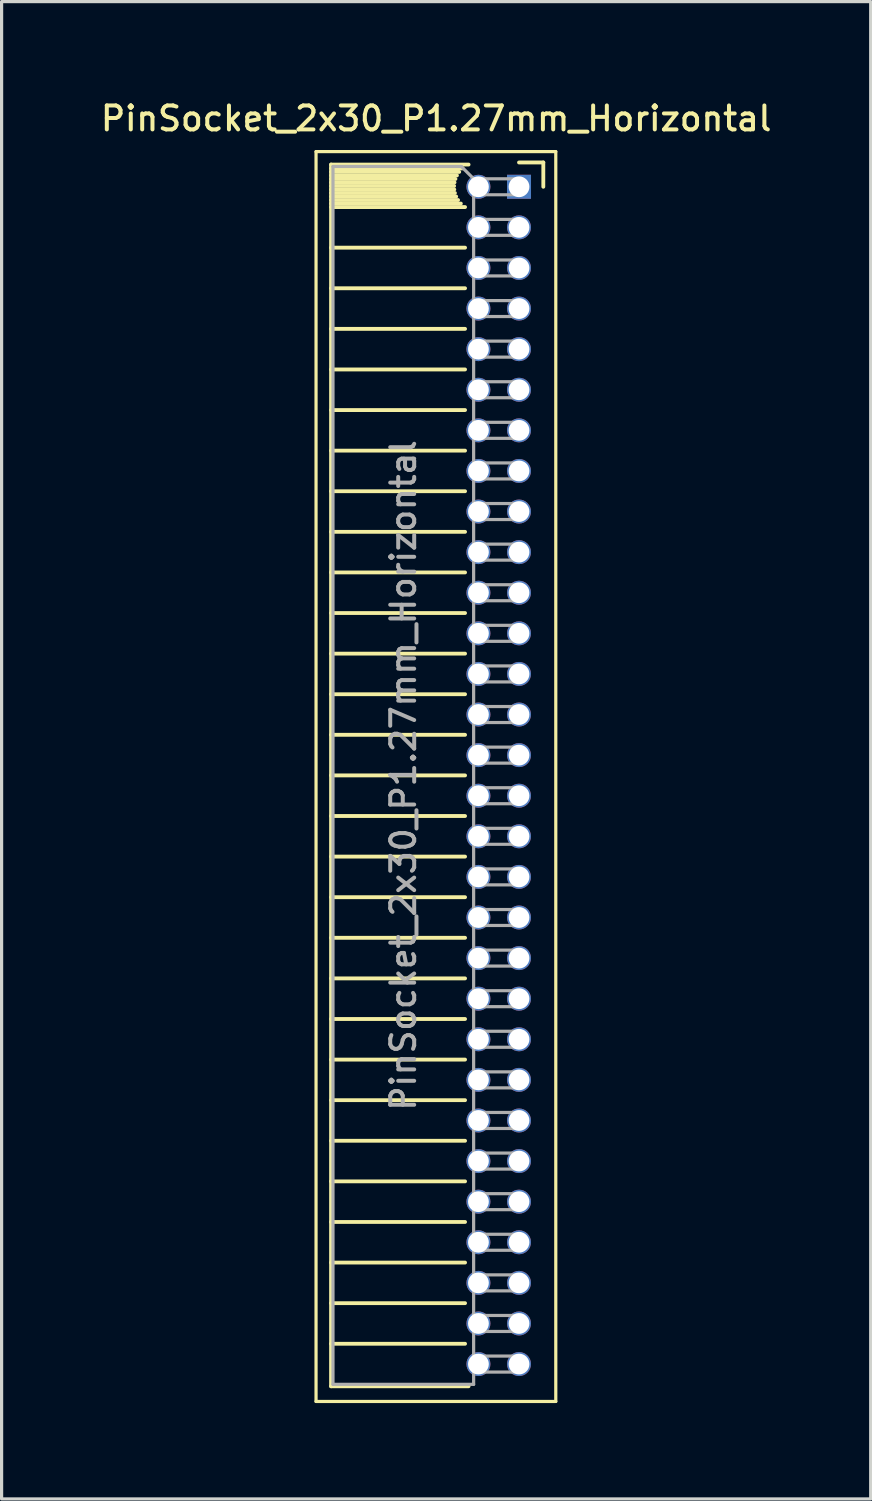
<source format=kicad_pcb>
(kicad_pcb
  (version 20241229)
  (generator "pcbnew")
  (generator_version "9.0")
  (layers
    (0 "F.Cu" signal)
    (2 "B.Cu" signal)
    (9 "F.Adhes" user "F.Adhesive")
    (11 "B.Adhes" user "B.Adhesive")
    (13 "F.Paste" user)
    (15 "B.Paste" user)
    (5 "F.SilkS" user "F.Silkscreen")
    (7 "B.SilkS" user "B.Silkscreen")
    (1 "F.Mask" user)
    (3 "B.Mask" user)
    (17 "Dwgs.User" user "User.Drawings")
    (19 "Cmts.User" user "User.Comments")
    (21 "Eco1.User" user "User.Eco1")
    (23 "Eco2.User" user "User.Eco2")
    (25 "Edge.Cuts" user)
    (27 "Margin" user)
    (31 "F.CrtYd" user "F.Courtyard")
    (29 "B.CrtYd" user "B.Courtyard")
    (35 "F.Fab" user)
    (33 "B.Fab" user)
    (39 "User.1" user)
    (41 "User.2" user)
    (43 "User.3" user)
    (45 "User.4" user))
  (footprint "PinSocket_2x30_P1.27mm_Horizontal"
    (layer "F.Cu")
    (at 13.187 2.793)
    (property "Reference" "PinSocket_2x30_P1.27mm_Horizontal" (at -2.592 -2.135 0) (layer "F.SilkS") (effects (font (size 0.75 0.75) (thickness 0.125))))
    (attr through_hole)
    (fp_line (start -6.35 -1.1) (end -6.35 38) (stroke (width 0.1) (type solid)) (layer "F.SilkS"))
    (fp_line (start -6.35 38) (end 1.15 38) (stroke (width 0.1) (type solid)) (layer "F.SilkS"))
    (fp_line (start -5.88 -0.695) (end -5.88 37.525) (stroke (width 0.12) (type solid)) (layer "F.SilkS"))
    (fp_line (start -5.88 -0.695) (end -1.578 -0.695) (stroke (width 0.12) (type solid)) (layer "F.SilkS"))
    (fp_line (start -5.88 -0.575) (end -1.767 -0.575) (stroke (width 0.12) (type solid)) (layer "F.SilkS"))
    (fp_line (start -5.88 -0.465) (end -1.871 -0.465) (stroke (width 0.12) (type solid)) (layer "F.SilkS"))
    (fp_line (start -5.88 -0.355) (end -1.942 -0.355) (stroke (width 0.12) (type solid)) (layer "F.SilkS"))
    (fp_line (start -5.88 -0.245) (end -1.989 -0.245) (stroke (width 0.12) (type solid)) (layer "F.SilkS"))
    (fp_line (start -5.88 -0.135) (end -2.018 -0.135) (stroke (width 0.12) (type solid)) (layer "F.SilkS"))
    (fp_line (start -5.88 -0.025) (end -2.03 -0.025) (stroke (width 0.12) (type solid)) (layer "F.SilkS"))
    (fp_line (start -5.88 0.085) (end -2.025 0.085) (stroke (width 0.12) (type solid)) (layer "F.SilkS"))
    (fp_line (start -5.88 0.195) (end -2.005 0.195) (stroke (width 0.12) (type solid)) (layer "F.SilkS"))
    (fp_line (start -5.88 0.305) (end -1.966 0.305) (stroke (width 0.12) (type solid)) (layer "F.SilkS"))
    (fp_line (start -5.88 0.415) (end -1.907 0.415) (stroke (width 0.12) (type solid)) (layer "F.SilkS"))
    (fp_line (start -5.88 0.525) (end -1.82 0.525) (stroke (width 0.12) (type solid)) (layer "F.SilkS"))
    (fp_line (start -5.88 0.635) (end -1.688 0.635) (stroke (width 0.12) (type solid)) (layer "F.SilkS"))
    (fp_line (start -5.88 1.905) (end -1.688 1.905) (stroke (width 0.12) (type solid)) (layer "F.SilkS"))
    (fp_line (start -5.88 3.175) (end -1.688 3.175) (stroke (width 0.12) (type solid)) (layer "F.SilkS"))
    (fp_line (start -5.88 4.445) (end -1.688 4.445) (stroke (width 0.12) (type solid)) (layer "F.SilkS"))
    (fp_line (start -5.88 5.715) (end -1.688 5.715) (stroke (width 0.12) (type solid)) (layer "F.SilkS"))
    (fp_line (start -5.88 6.985) (end -1.688 6.985) (stroke (width 0.12) (type solid)) (layer "F.SilkS"))
    (fp_line (start -5.88 8.255) (end -1.688 8.255) (stroke (width 0.12) (type solid)) (layer "F.SilkS"))
    (fp_line (start -5.88 9.525) (end -1.688 9.525) (stroke (width 0.12) (type solid)) (layer "F.SilkS"))
    (fp_line (start -5.88 10.795) (end -1.688 10.795) (stroke (width 0.12) (type solid)) (layer "F.SilkS"))
    (fp_line (start -5.88 12.065) (end -1.688 12.065) (stroke (width 0.12) (type solid)) (layer "F.SilkS"))
    (fp_line (start -5.88 13.335) (end -1.688 13.335) (stroke (width 0.12) (type solid)) (layer "F.SilkS"))
    (fp_line (start -5.88 14.605) (end -1.688 14.605) (stroke (width 0.12) (type solid)) (layer "F.SilkS"))
    (fp_line (start -5.88 15.875) (end -1.688 15.875) (stroke (width 0.12) (type solid)) (layer "F.SilkS"))
    (fp_line (start -5.88 17.145) (end -1.688 17.145) (stroke (width 0.12) (type solid)) (layer "F.SilkS"))
    (fp_line (start -5.88 18.415) (end -1.688 18.415) (stroke (width 0.12) (type solid)) (layer "F.SilkS"))
    (fp_line (start -5.88 19.685) (end -1.688 19.685) (stroke (width 0.12) (type solid)) (layer "F.SilkS"))
    (fp_line (start -5.88 20.955) (end -1.688 20.955) (stroke (width 0.12) (type solid)) (layer "F.SilkS"))
    (fp_line (start -5.88 22.225) (end -1.688 22.225) (stroke (width 0.12) (type solid)) (layer "F.SilkS"))
    (fp_line (start -5.88 23.495) (end -1.688 23.495) (stroke (width 0.12) (type solid)) (layer "F.SilkS"))
    (fp_line (start -5.88 24.765) (end -1.688 24.765) (stroke (width 0.12) (type solid)) (layer "F.SilkS"))
    (fp_line (start -5.88 26.035) (end -1.688 26.035) (stroke (width 0.12) (type solid)) (layer "F.SilkS"))
    (fp_line (start -5.88 27.305) (end -1.688 27.305) (stroke (width 0.12) (type solid)) (layer "F.SilkS"))
    (fp_line (start -5.88 28.575) (end -1.688 28.575) (stroke (width 0.12) (type solid)) (layer "F.SilkS"))
    (fp_line (start -5.88 29.845) (end -1.688 29.845) (stroke (width 0.12) (type solid)) (layer "F.SilkS"))
    (fp_line (start -5.88 31.115) (end -1.688 31.115) (stroke (width 0.12) (type solid)) (layer "F.SilkS"))
    (fp_line (start -5.88 32.385) (end -1.688 32.385) (stroke (width 0.12) (type solid)) (layer "F.SilkS"))
    (fp_line (start -5.88 33.655) (end -1.688 33.655) (stroke (width 0.12) (type solid)) (layer "F.SilkS"))
    (fp_line (start -5.88 34.925) (end -1.688 34.925) (stroke (width 0.12) (type solid)) (layer "F.SilkS"))
    (fp_line (start -5.88 36.195) (end -1.688 36.195) (stroke (width 0.12) (type solid)) (layer "F.SilkS"))
    (fp_line (start -5.88 37.525) (end -1.578 37.525) (stroke (width 0.12) (type solid)) (layer "F.SilkS"))
    (fp_line (start 0 -0.76) (end 0.76 -0.76) (stroke (width 0.12) (type solid)) (layer "F.SilkS"))
    (fp_line (start 0.76 -0.76) (end 0.76 0) (stroke (width 0.12) (type solid)) (layer "F.SilkS"))
    (fp_line (start 1.15 -1.1) (end -6.35 -1.1) (stroke (width 0.1) (type solid)) (layer "F.SilkS"))
    (fp_line (start 1.15 38) (end 1.15 -1.1) (stroke (width 0.1) (type solid)) (layer "F.SilkS"))
    (fp_line (start -5.82 -0.635) (end -1.805 -0.635) (stroke (width 0.1) (type solid)) (layer "F.Fab"))
    (fp_line (start -5.82 37.465) (end -5.82 -0.635) (stroke (width 0.1) (type solid)) (layer "F.Fab"))
    (fp_line (start -1.805 -0.635) (end -1.42 -0.25) (stroke (width 0.1) (type solid)) (layer "F.Fab"))
    (fp_line (start -1.42 -0.25) (end -1.42 37.465) (stroke (width 0.1) (type solid)) (layer "F.Fab"))
    (fp_line (start -1.42 0.25) (end 0 0.25) (stroke (width 0.1) (type solid)) (layer "F.Fab"))
    (fp_line (start -1.42 1.52) (end 0 1.52) (stroke (width 0.1) (type solid)) (layer "F.Fab"))
    (fp_line (start -1.42 2.79) (end 0 2.79) (stroke (width 0.1) (type solid)) (layer "F.Fab"))
    (fp_line (start -1.42 4.06) (end 0 4.06) (stroke (width 0.1) (type solid)) (layer "F.Fab"))
    (fp_line (start -1.42 5.33) (end 0 5.33) (stroke (width 0.1) (type solid)) (layer "F.Fab"))
    (fp_line (start -1.42 6.6) (end 0 6.6) (stroke (width 0.1) (type solid)) (layer "F.Fab"))
    (fp_line (start -1.42 7.87) (end 0 7.87) (stroke (width 0.1) (type solid)) (layer "F.Fab"))
    (fp_line (start -1.42 9.14) (end 0 9.14) (stroke (width 0.1) (type solid)) (layer "F.Fab"))
    (fp_line (start -1.42 10.41) (end 0 10.41) (stroke (width 0.1) (type solid)) (layer "F.Fab"))
    (fp_line (start -1.42 11.68) (end 0 11.68) (stroke (width 0.1) (type solid)) (layer "F.Fab"))
    (fp_line (start -1.42 12.95) (end 0 12.95) (stroke (width 0.1) (type solid)) (layer "F.Fab"))
    (fp_line (start -1.42 14.22) (end 0 14.22) (stroke (width 0.1) (type solid)) (layer "F.Fab"))
    (fp_line (start -1.42 15.49) (end 0 15.49) (stroke (width 0.1) (type solid)) (layer "F.Fab"))
    (fp_line (start -1.42 16.76) (end 0 16.76) (stroke (width 0.1) (type solid)) (layer "F.Fab"))
    (fp_line (start -1.42 18.03) (end 0 18.03) (stroke (width 0.1) (type solid)) (layer "F.Fab"))
    (fp_line (start -1.42 19.3) (end 0 19.3) (stroke (width 0.1) (type solid)) (layer "F.Fab"))
    (fp_line (start -1.42 20.57) (end 0 20.57) (stroke (width 0.1) (type solid)) (layer "F.Fab"))
    (fp_line (start -1.42 21.84) (end 0 21.84) (stroke (width 0.1) (type solid)) (layer "F.Fab"))
    (fp_line (start -1.42 23.11) (end 0 23.11) (stroke (width 0.1) (type solid)) (layer "F.Fab"))
    (fp_line (start -1.42 24.38) (end 0 24.38) (stroke (width 0.1) (type solid)) (layer "F.Fab"))
    (fp_line (start -1.42 25.65) (end 0 25.65) (stroke (width 0.1) (type solid)) (layer "F.Fab"))
    (fp_line (start -1.42 26.92) (end 0 26.92) (stroke (width 0.1) (type solid)) (layer "F.Fab"))
    (fp_line (start -1.42 28.19) (end 0 28.19) (stroke (width 0.1) (type solid)) (layer "F.Fab"))
    (fp_line (start -1.42 29.46) (end 0 29.46) (stroke (width 0.1) (type solid)) (layer "F.Fab"))
    (fp_line (start -1.42 30.73) (end 0 30.73) (stroke (width 0.1) (type solid)) (layer "F.Fab"))
    (fp_line (start -1.42 32) (end 0 32) (stroke (width 0.1) (type solid)) (layer "F.Fab"))
    (fp_line (start -1.42 33.27) (end 0 33.27) (stroke (width 0.1) (type solid)) (layer "F.Fab"))
    (fp_line (start -1.42 34.54) (end 0 34.54) (stroke (width 0.1) (type solid)) (layer "F.Fab"))
    (fp_line (start -1.42 35.81) (end 0 35.81) (stroke (width 0.1) (type solid)) (layer "F.Fab"))
    (fp_line (start -1.42 37.08) (end 0 37.08) (stroke (width 0.1) (type solid)) (layer "F.Fab"))
    (fp_line (start -1.42 37.465) (end -5.82 37.465) (stroke (width 0.1) (type solid)) (layer "F.Fab"))
    (fp_line (start 0 -0.25) (end -1.42 -0.25) (stroke (width 0.1) (type solid)) (layer "F.Fab"))
    (fp_line (start 0 0.25) (end 0 -0.25) (stroke (width 0.1) (type solid)) (layer "F.Fab"))
    (fp_line (start 0 1.02) (end -1.42 1.02) (stroke (width 0.1) (type solid)) (layer "F.Fab"))
    (fp_line (start 0 1.52) (end 0 1.02) (stroke (width 0.1) (type solid)) (layer "F.Fab"))
    (fp_line (start 0 2.29) (end -1.42 2.29) (stroke (width 0.1) (type solid)) (layer "F.Fab"))
    (fp_line (start 0 2.79) (end 0 2.29) (stroke (width 0.1) (type solid)) (layer "F.Fab"))
    (fp_line (start 0 3.56) (end -1.42 3.56) (stroke (width 0.1) (type solid)) (layer "F.Fab"))
    (fp_line (start 0 4.06) (end 0 3.56) (stroke (width 0.1) (type solid)) (layer "F.Fab"))
    (fp_line (start 0 4.83) (end -1.42 4.83) (stroke (width 0.1) (type solid)) (layer "F.Fab"))
    (fp_line (start 0 5.33) (end 0 4.83) (stroke (width 0.1) (type solid)) (layer "F.Fab"))
    (fp_line (start 0 6.1) (end -1.42 6.1) (stroke (width 0.1) (type solid)) (layer "F.Fab"))
    (fp_line (start 0 6.6) (end 0 6.1) (stroke (width 0.1) (type solid)) (layer "F.Fab"))
    (fp_line (start 0 7.37) (end -1.42 7.37) (stroke (width 0.1) (type solid)) (layer "F.Fab"))
    (fp_line (start 0 7.87) (end 0 7.37) (stroke (width 0.1) (type solid)) (layer "F.Fab"))
    (fp_line (start 0 8.64) (end -1.42 8.64) (stroke (width 0.1) (type solid)) (layer "F.Fab"))
    (fp_line (start 0 9.14) (end 0 8.64) (stroke (width 0.1) (type solid)) (layer "F.Fab"))
    (fp_line (start 0 9.91) (end -1.42 9.91) (stroke (width 0.1) (type solid)) (layer "F.Fab"))
    (fp_line (start 0 10.41) (end 0 9.91) (stroke (width 0.1) (type solid)) (layer "F.Fab"))
    (fp_line (start 0 11.18) (end -1.42 11.18) (stroke (width 0.1) (type solid)) (layer "F.Fab"))
    (fp_line (start 0 11.68) (end 0 11.18) (stroke (width 0.1) (type solid)) (layer "F.Fab"))
    (fp_line (start 0 12.45) (end -1.42 12.45) (stroke (width 0.1) (type solid)) (layer "F.Fab"))
    (fp_line (start 0 12.95) (end 0 12.45) (stroke (width 0.1) (type solid)) (layer "F.Fab"))
    (fp_line (start 0 13.72) (end -1.42 13.72) (stroke (width 0.1) (type solid)) (layer "F.Fab"))
    (fp_line (start 0 14.22) (end 0 13.72) (stroke (width 0.1) (type solid)) (layer "F.Fab"))
    (fp_line (start 0 14.99) (end -1.42 14.99) (stroke (width 0.1) (type solid)) (layer "F.Fab"))
    (fp_line (start 0 15.49) (end 0 14.99) (stroke (width 0.1) (type solid)) (layer "F.Fab"))
    (fp_line (start 0 16.26) (end -1.42 16.26) (stroke (width 0.1) (type solid)) (layer "F.Fab"))
    (fp_line (start 0 16.76) (end 0 16.26) (stroke (width 0.1) (type solid)) (layer "F.Fab"))
    (fp_line (start 0 17.53) (end -1.42 17.53) (stroke (width 0.1) (type solid)) (layer "F.Fab"))
    (fp_line (start 0 18.03) (end 0 17.53) (stroke (width 0.1) (type solid)) (layer "F.Fab"))
    (fp_line (start 0 18.8) (end -1.42 18.8) (stroke (width 0.1) (type solid)) (layer "F.Fab"))
    (fp_line (start 0 19.3) (end 0 18.8) (stroke (width 0.1) (type solid)) (layer "F.Fab"))
    (fp_line (start 0 20.07) (end -1.42 20.07) (stroke (width 0.1) (type solid)) (layer "F.Fab"))
    (fp_line (start 0 20.57) (end 0 20.07) (stroke (width 0.1) (type solid)) (layer "F.Fab"))
    (fp_line (start 0 21.34) (end -1.42 21.34) (stroke (width 0.1) (type solid)) (layer "F.Fab"))
    (fp_line (start 0 21.84) (end 0 21.34) (stroke (width 0.1) (type solid)) (layer "F.Fab"))
    (fp_line (start 0 22.61) (end -1.42 22.61) (stroke (width 0.1) (type solid)) (layer "F.Fab"))
    (fp_line (start 0 23.11) (end 0 22.61) (stroke (width 0.1) (type solid)) (layer "F.Fab"))
    (fp_line (start 0 23.88) (end -1.42 23.88) (stroke (width 0.1) (type solid)) (layer "F.Fab"))
    (fp_line (start 0 24.38) (end 0 23.88) (stroke (width 0.1) (type solid)) (layer "F.Fab"))
    (fp_line (start 0 25.15) (end -1.42 25.15) (stroke (width 0.1) (type solid)) (layer "F.Fab"))
    (fp_line (start 0 25.65) (end 0 25.15) (stroke (width 0.1) (type solid)) (layer "F.Fab"))
    (fp_line (start 0 26.42) (end -1.42 26.42) (stroke (width 0.1) (type solid)) (layer "F.Fab"))
    (fp_line (start 0 26.92) (end 0 26.42) (stroke (width 0.1) (type solid)) (layer "F.Fab"))
    (fp_line (start 0 27.69) (end -1.42 27.69) (stroke (width 0.1) (type solid)) (layer "F.Fab"))
    (fp_line (start 0 28.19) (end 0 27.69) (stroke (width 0.1) (type solid)) (layer "F.Fab"))
    (fp_line (start 0 28.96) (end -1.42 28.96) (stroke (width 0.1) (type solid)) (layer "F.Fab"))
    (fp_line (start 0 29.46) (end 0 28.96) (stroke (width 0.1) (type solid)) (layer "F.Fab"))
    (fp_line (start 0 30.23) (end -1.42 30.23) (stroke (width 0.1) (type solid)) (layer "F.Fab"))
    (fp_line (start 0 30.73) (end 0 30.23) (stroke (width 0.1) (type solid)) (layer "F.Fab"))
    (fp_line (start 0 31.5) (end -1.42 31.5) (stroke (width 0.1) (type solid)) (layer "F.Fab"))
    (fp_line (start 0 32) (end 0 31.5) (stroke (width 0.1) (type solid)) (layer "F.Fab"))
    (fp_line (start 0 32.77) (end -1.42 32.77) (stroke (width 0.1) (type solid)) (layer "F.Fab"))
    (fp_line (start 0 33.27) (end 0 32.77) (stroke (width 0.1) (type solid)) (layer "F.Fab"))
    (fp_line (start 0 34.04) (end -1.42 34.04) (stroke (width 0.1) (type solid)) (layer "F.Fab"))
    (fp_line (start 0 34.54) (end 0 34.04) (stroke (width 0.1) (type solid)) (layer "F.Fab"))
    (fp_line (start 0 35.31) (end -1.42 35.31) (stroke (width 0.1) (type solid)) (layer "F.Fab"))
    (fp_line (start 0 35.81) (end 0 35.31) (stroke (width 0.1) (type solid)) (layer "F.Fab"))
    (fp_line (start 0 36.58) (end -1.42 36.58) (stroke (width 0.1) (type solid)) (layer "F.Fab"))
    (fp_line (start 0 37.08) (end 0 36.58) (stroke (width 0.1) (type solid)) (layer "F.Fab"))
    (fp_text user "${REFERENCE}" (at -3.62 18.415 90) (layer "F.Fab") (effects (font (size 0.75 0.75) (thickness 0.125))))
    (pad "1" thru_hole rect (at 0 0) (size 0.75 0.75) (drill 0.65) (layers "*.Cu" "*.Mask"))
    (pad "2" thru_hole oval (at -1.27 0) (size 0.75 0.75) (drill 0.65) (layers "*.Cu" "*.Mask"))
    (pad "3" thru_hole oval (at 0 1.27) (size 0.75 0.75) (drill 0.65) (layers "*.Cu" "*.Mask"))
    (pad "4" thru_hole oval (at -1.27 1.27) (size 0.75 0.75) (drill 0.65) (layers "*.Cu" "*.Mask"))
    (pad "5" thru_hole oval (at 0 2.54) (size 0.75 0.75) (drill 0.65) (layers "*.Cu" "*.Mask"))
    (pad "6" thru_hole oval (at -1.27 2.54) (size 0.75 0.75) (drill 0.65) (layers "*.Cu" "*.Mask"))
    (pad "7" thru_hole oval (at 0 3.81) (size 0.75 0.75) (drill 0.65) (layers "*.Cu" "*.Mask"))
    (pad "8" thru_hole oval (at -1.27 3.81) (size 0.75 0.75) (drill 0.65) (layers "*.Cu" "*.Mask"))
    (pad "9" thru_hole oval (at 0 5.08) (size 0.75 0.75) (drill 0.65) (layers "*.Cu" "*.Mask"))
    (pad "10" thru_hole oval (at -1.27 5.08) (size 0.75 0.75) (drill 0.65) (layers "*.Cu" "*.Mask"))
    (pad "11" thru_hole oval (at 0 6.35) (size 0.75 0.75) (drill 0.65) (layers "*.Cu" "*.Mask"))
    (pad "12" thru_hole oval (at -1.27 6.35) (size 0.75 0.75) (drill 0.65) (layers "*.Cu" "*.Mask"))
    (pad "13" thru_hole oval (at 0 7.62) (size 0.75 0.75) (drill 0.65) (layers "*.Cu" "*.Mask"))
    (pad "14" thru_hole oval (at -1.27 7.62) (size 0.75 0.75) (drill 0.65) (layers "*.Cu" "*.Mask"))
    (pad "15" thru_hole oval (at 0 8.89) (size 0.75 0.75) (drill 0.65) (layers "*.Cu" "*.Mask"))
    (pad "16" thru_hole oval (at -1.27 8.89) (size 0.75 0.75) (drill 0.65) (layers "*.Cu" "*.Mask"))
    (pad "17" thru_hole oval (at 0 10.16) (size 0.75 0.75) (drill 0.65) (layers "*.Cu" "*.Mask"))
    (pad "18" thru_hole oval (at -1.27 10.16) (size 0.75 0.75) (drill 0.65) (layers "*.Cu" "*.Mask"))
    (pad "19" thru_hole oval (at 0 11.43) (size 0.75 0.75) (drill 0.65) (layers "*.Cu" "*.Mask"))
    (pad "20" thru_hole oval (at -1.27 11.43) (size 0.75 0.75) (drill 0.65) (layers "*.Cu" "*.Mask"))
    (pad "21" thru_hole oval (at 0 12.7) (size 0.75 0.75) (drill 0.65) (layers "*.Cu" "*.Mask"))
    (pad "22" thru_hole oval (at -1.27 12.7) (size 0.75 0.75) (drill 0.65) (layers "*.Cu" "*.Mask"))
    (pad "23" thru_hole oval (at 0 13.97) (size 0.75 0.75) (drill 0.65) (layers "*.Cu" "*.Mask"))
    (pad "24" thru_hole oval (at -1.27 13.97) (size 0.75 0.75) (drill 0.65) (layers "*.Cu" "*.Mask"))
    (pad "25" thru_hole oval (at 0 15.24) (size 0.75 0.75) (drill 0.65) (layers "*.Cu" "*.Mask"))
    (pad "26" thru_hole oval (at -1.27 15.24) (size 0.75 0.75) (drill 0.65) (layers "*.Cu" "*.Mask"))
    (pad "27" thru_hole oval (at 0 16.51) (size 0.75 0.75) (drill 0.65) (layers "*.Cu" "*.Mask"))
    (pad "28" thru_hole oval (at -1.27 16.51) (size 0.75 0.75) (drill 0.65) (layers "*.Cu" "*.Mask"))
    (pad "29" thru_hole oval (at 0 17.78) (size 0.75 0.75) (drill 0.65) (layers "*.Cu" "*.Mask"))
    (pad "30" thru_hole oval (at -1.27 17.78) (size 0.75 0.75) (drill 0.65) (layers "*.Cu" "*.Mask"))
    (pad "31" thru_hole oval (at 0 19.05) (size 0.75 0.75) (drill 0.65) (layers "*.Cu" "*.Mask"))
    (pad "32" thru_hole oval (at -1.27 19.05) (size 0.75 0.75) (drill 0.65) (layers "*.Cu" "*.Mask"))
    (pad "33" thru_hole oval (at 0 20.32) (size 0.75 0.75) (drill 0.65) (layers "*.Cu" "*.Mask"))
    (pad "34" thru_hole oval (at -1.27 20.32) (size 0.75 0.75) (drill 0.65) (layers "*.Cu" "*.Mask"))
    (pad "35" thru_hole oval (at 0 21.59) (size 0.75 0.75) (drill 0.65) (layers "*.Cu" "*.Mask"))
    (pad "36" thru_hole oval (at -1.27 21.59) (size 0.75 0.75) (drill 0.65) (layers "*.Cu" "*.Mask"))
    (pad "37" thru_hole oval (at 0 22.86) (size 0.75 0.75) (drill 0.65) (layers "*.Cu" "*.Mask"))
    (pad "38" thru_hole oval (at -1.27 22.86) (size 0.75 0.75) (drill 0.65) (layers "*.Cu" "*.Mask"))
    (pad "39" thru_hole oval (at 0 24.13) (size 0.75 0.75) (drill 0.65) (layers "*.Cu" "*.Mask"))
    (pad "40" thru_hole oval (at -1.27 24.13) (size 0.75 0.75) (drill 0.65) (layers "*.Cu" "*.Mask"))
    (pad "41" thru_hole oval (at 0 25.4) (size 0.75 0.75) (drill 0.65) (layers "*.Cu" "*.Mask"))
    (pad "42" thru_hole oval (at -1.27 25.4) (size 0.75 0.75) (drill 0.65) (layers "*.Cu" "*.Mask"))
    (pad "43" thru_hole oval (at 0 26.67) (size 0.75 0.75) (drill 0.65) (layers "*.Cu" "*.Mask"))
    (pad "44" thru_hole oval (at -1.27 26.67) (size 0.75 0.75) (drill 0.65) (layers "*.Cu" "*.Mask"))
    (pad "45" thru_hole oval (at 0 27.94) (size 0.75 0.75) (drill 0.65) (layers "*.Cu" "*.Mask"))
    (pad "46" thru_hole oval (at -1.27 27.94) (size 0.75 0.75) (drill 0.65) (layers "*.Cu" "*.Mask"))
    (pad "47" thru_hole oval (at 0 29.21) (size 0.75 0.75) (drill 0.65) (layers "*.Cu" "*.Mask"))
    (pad "48" thru_hole oval (at -1.27 29.21) (size 0.75 0.75) (drill 0.65) (layers "*.Cu" "*.Mask"))
    (pad "49" thru_hole oval (at 0 30.48) (size 0.75 0.75) (drill 0.65) (layers "*.Cu" "*.Mask"))
    (pad "50" thru_hole oval (at -1.27 30.48) (size 0.75 0.75) (drill 0.65) (layers "*.Cu" "*.Mask"))
    (pad "51" thru_hole oval (at 0 31.75) (size 0.75 0.75) (drill 0.65) (layers "*.Cu" "*.Mask"))
    (pad "52" thru_hole oval (at -1.27 31.75) (size 0.75 0.75) (drill 0.65) (layers "*.Cu" "*.Mask"))
    (pad "53" thru_hole oval (at 0 33.02) (size 0.75 0.75) (drill 0.65) (layers "*.Cu" "*.Mask"))
    (pad "54" thru_hole oval (at -1.27 33.02) (size 0.75 0.75) (drill 0.65) (layers "*.Cu" "*.Mask"))
    (pad "55" thru_hole oval (at 0 34.29) (size 0.75 0.75) (drill 0.65) (layers "*.Cu" "*.Mask"))
    (pad "56" thru_hole oval (at -1.27 34.29) (size 0.75 0.75) (drill 0.65) (layers "*.Cu" "*.Mask"))
    (pad "57" thru_hole oval (at 0 35.56) (size 0.75 0.75) (drill 0.65) (layers "*.Cu" "*.Mask"))
    (pad "58" thru_hole oval (at -1.27 35.56) (size 0.75 0.75) (drill 0.65) (layers "*.Cu" "*.Mask"))
    (pad "59" thru_hole oval (at 0 36.83) (size 0.75 0.75) (drill 0.65) (layers "*.Cu" "*.Mask"))
    (pad "60" thru_hole oval (at -1.27 36.83) (size 0.75 0.75) (drill 0.65) (layers "*.Cu" "*.Mask")))
  (gr_rect
    (start -3 -3)
    (end 24.189 43.843)
    (stroke (width 0.1) (type default))
    (fill no)
    (layer "Edge.Cuts")))
</source>
